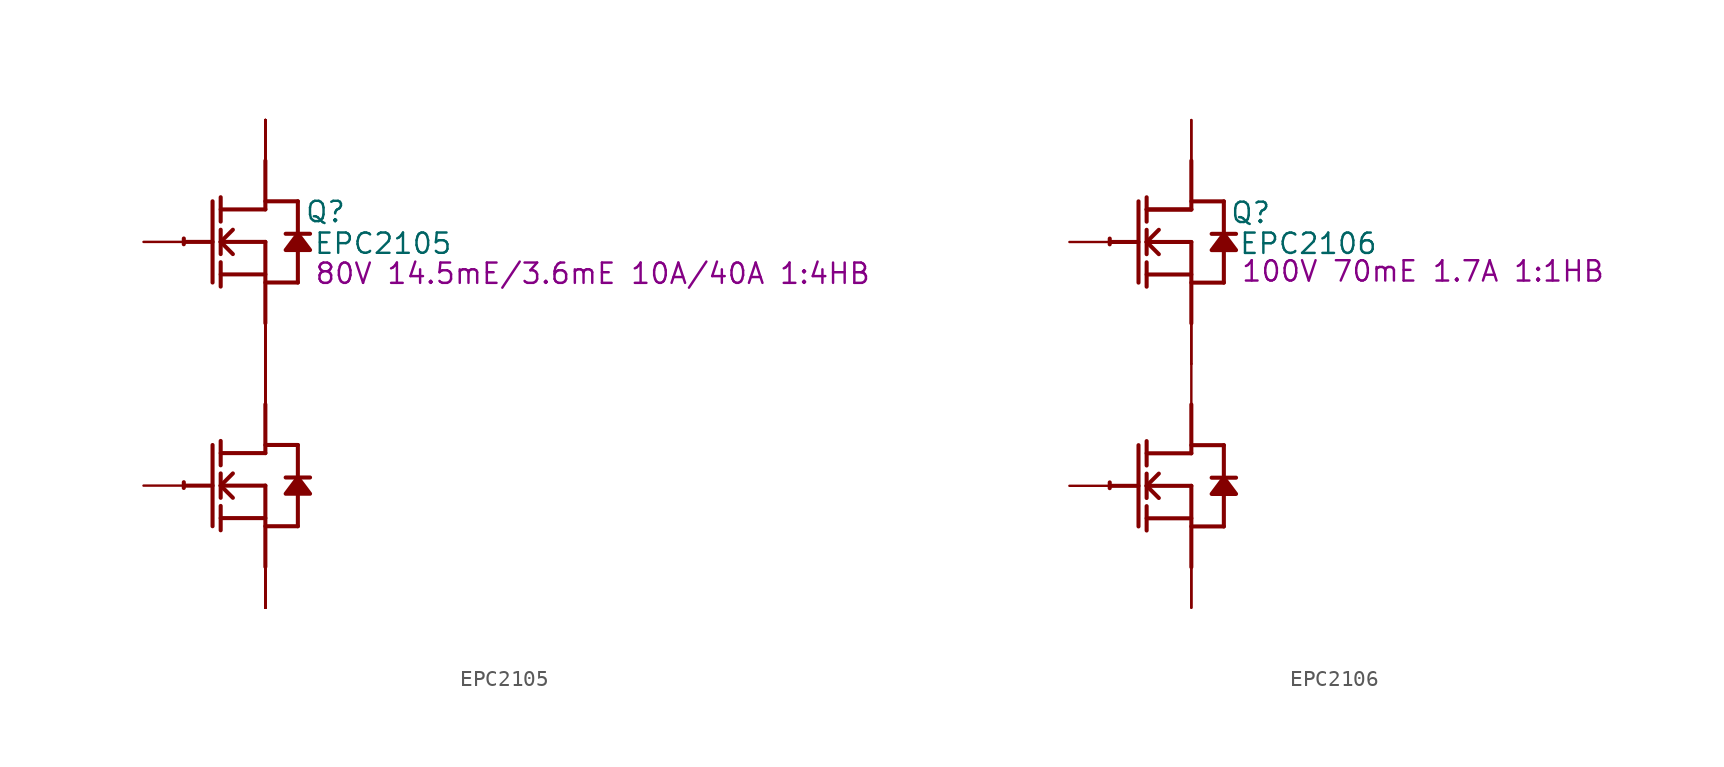
<source format=kicad_sym>
(kicad_symbol_lib
  (version 20231120)
  (generator "kicad_symbol_editor")
  (generator_version "8.0")
  (symbol "EPC2105"
    (property "Reference" "Q"
      (at 3.759 1.88 0)
      (effects (font (size 1.27 1.27))))
    (property "Value" "EPC2105"
      (at 7.366 -0.102 0)
      (effects (font (size 1.27 1.27))))
    (property "Description" "80V 14.5mE/3.6mE 10A/40A 1:4HB"
      (at 20.472 -1.981 0)
      (effects (font (size 1.27 1.27))))
    (symbol "EPC2105_1_0"
      (arc (start -5.0996 -15.0272) (mid -5.1039 -15.2069) (end -5.1019 -15.3867) (stroke (width 0.254) (type solid)) (fill (type none)))
      (arc (start -5.0996 0.2128) (mid -5.1039 0.0331) (end -5.1019 -0.1467) (stroke (width 0.254) (type solid)) (fill (type none)))
      (polyline (pts (xy -5.08 -15.24) (xy -3.302 -15.24)) (stroke (width 0.254) (type solid)) (fill (type none)))
      (polyline (pts (xy -5.08 0) (xy -3.302 0)) (stroke (width 0.254) (type solid)) (fill (type none)))
      (polyline (pts (xy -3.302 -12.7) (xy -3.302 -17.78)) (stroke (width 0.254) (type solid)) (fill (type none)))
      (polyline (pts (xy -3.302 2.54) (xy -3.302 -2.54)) (stroke (width 0.254) (type solid)) (fill (type none)))
      (polyline (pts (xy -2.794 -18.034) (xy -2.794 -16.51)) (stroke (width 0.254) (type solid)) (fill (type none)))
      (polyline (pts (xy -2.794 -17.272) (xy 0 -17.272)) (stroke (width 0.254) (type solid)) (fill (type none)))
      (polyline (pts (xy -2.794 -16.002) (xy -2.794 -14.478)) (stroke (width 0.254) (type solid)) (fill (type none)))
      (polyline (pts (xy -2.794 -15.24) (xy -2.032 -14.478)) (stroke (width 0.254) (type solid)) (fill (type none)))
      (polyline (pts (xy -2.794 -15.24) (xy 0 -15.24)) (stroke (width 0.254) (type solid)) (fill (type none)))
      (polyline (pts (xy -2.794 -13.97) (xy -2.794 -12.446)) (stroke (width 0.254) (type solid)) (fill (type none)))
      (polyline (pts (xy -2.794 -2.794) (xy -2.794 -1.27)) (stroke (width 0.254) (type solid)) (fill (type none)))
      (polyline (pts (xy -2.794 -2.032) (xy 0 -2.032)) (stroke (width 0.254) (type solid)) (fill (type none)))
      (polyline (pts (xy -2.794 -0.762) (xy -2.794 0.762)) (stroke (width 0.254) (type solid)) (fill (type none)))
      (polyline (pts (xy -2.794 0) (xy -2.032 0.762)) (stroke (width 0.254) (type solid)) (fill (type none)))
      (polyline (pts (xy -2.794 0) (xy 0 0)) (stroke (width 0.254) (type solid)) (fill (type none)))
      (polyline (pts (xy -2.794 1.27) (xy -2.794 2.794)) (stroke (width 0.254) (type solid)) (fill (type none)))
      (polyline (pts (xy -2.032 -16.002) (xy -2.794 -15.24)) (stroke (width 0.254) (type solid)) (fill (type none)))
      (polyline (pts (xy -2.032 -0.762) (xy -2.794 0)) (stroke (width 0.254) (type solid)) (fill (type none)))
      (polyline (pts (xy 0 -17.78) (xy 2.032 -17.78)) (stroke (width 0.254) (type solid)) (fill (type none)))
      (polyline (pts (xy 0 -15.24) (xy 0 -20.32)) (stroke (width 0.254) (type solid)) (fill (type none)))
      (polyline (pts (xy 0 -13.208) (xy -2.794 -13.208)) (stroke (width 0.254) (type solid)) (fill (type none)))
      (polyline (pts (xy 0 -13.208) (xy 0 -10.16)) (stroke (width 0.254) (type solid)) (fill (type none)))
      (polyline (pts (xy 0 -12.7) (xy 2.032 -12.7)) (stroke (width 0.254) (type solid)) (fill (type none)))
      (polyline (pts (xy 0 -2.54) (xy 2.032 -2.54)) (stroke (width 0.254) (type solid)) (fill (type none)))
      (polyline (pts (xy 0 0) (xy 0 -5.08)) (stroke (width 0.254) (type solid)) (fill (type none)))
      (polyline (pts (xy 0 2.032) (xy -2.794 2.032)) (stroke (width 0.254) (type solid)) (fill (type none)))
      (polyline (pts (xy 0 2.032) (xy 0 5.08)) (stroke (width 0.254) (type solid)) (fill (type none)))
      (polyline (pts (xy 0 2.54) (xy 2.032 2.54)) (stroke (width 0.254) (type solid)) (fill (type none)))
      (polyline (pts (xy 2.032 -15.748) (xy 2.032 -17.78)) (stroke (width 0.254) (type solid)) (fill (type none)))
      (polyline (pts (xy 2.032 -12.7) (xy 2.032 -14.732)) (stroke (width 0.254) (type solid)) (fill (type none)))
      (polyline (pts (xy 2.032 -0.508) (xy 2.032 -2.54)) (stroke (width 0.254) (type solid)) (fill (type none)))
      (polyline (pts (xy 2.032 2.54) (xy 2.032 0.508)) (stroke (width 0.254) (type solid)) (fill (type none)))
      (polyline (pts (xy 2.794 -14.732) (xy 1.27 -14.732)) (stroke (width 0.254) (type solid)) (fill (type none)))
      (polyline (pts (xy 2.794 0.508) (xy 1.27 0.508)) (stroke (width 0.254) (type solid)) (fill (type none)))
      (polyline (pts (xy 2.032 -14.732) (xy 1.27 -15.748) (xy 2.794 -15.748) (xy 2.032 -14.732)) (stroke (width 0.254) (type solid)) (fill (type outline)))
      (polyline (pts (xy 2.032 0.508) (xy 1.27 -0.508) (xy 2.794 -0.508) (xy 2.032 0.508)) (stroke (width 0.254) (type solid)) (fill (type outline)))
      (pin open_collector line (at 0 7.62 270) (length 2.54) (name "D1" (effects (font (size 0 0)))) (number "1" (effects (font (size 0 0)))))
      (pin open_collector line (at 0 -7.62 270) (length 2.54) (name "D2" (effects (font (size 0 0)))) (number "10" (effects (font (size 0 0)))))
      (pin open_collector line (at 0 7.62 270) (length 2.54) (name "D1" (effects (font (size 0 0)))) (number "11" (effects (font (size 0 0)))))
      (pin open_emitter line (at 0 -22.86 90) (length 2.54) (name "S2" (effects (font (size 0 0)))) (number "12" (effects (font (size 0 0)))))
      (pin open_emitter line (at 0 -22.86 90) (length 2.54) (name "S2" (effects (font (size 0 0)))) (number "13" (effects (font (size 0 0)))))
      (pin open_emitter line (at 0 -22.86 90) (length 2.54) (name "S2" (effects (font (size 0 0)))) (number "14" (effects (font (size 0 0)))))
      (pin open_emitter line (at 0 -22.86 90) (length 2.54) (name "S2" (effects (font (size 0 0)))) (number "15" (effects (font (size 0 0)))))
      (pin open_emitter line (at 0 -7.62 90) (length 2.54) (name "S1" (effects (font (size 0 0)))) (number "16" (effects (font (size 0 0)))))
      (pin open_collector line (at 0 -7.62 270) (length 2.54) (name "D2" (effects (font (size 0 0)))) (number "17" (effects (font (size 0 0)))))
      (pin open_collector line (at 0 -7.62 270) (length 2.54) (name "D2" (effects (font (size 0 0)))) (number "18" (effects (font (size 0 0)))))
      (pin open_collector line (at 0 -7.62 270) (length 2.54) (name "D2" (effects (font (size 0 0)))) (number "19" (effects (font (size 0 0)))))
      (pin passive line (at -7.62 0 0) (length 2.54) (name "G1" (effects (font (size 0 0)))) (number "2" (effects (font (size 0 0)))))
      (pin open_collector line (at 0 -7.62 270) (length 2.54) (name "D2" (effects (font (size 0 0)))) (number "20" (effects (font (size 0 0)))))
      (pin open_collector line (at 0 7.62 270) (length 2.54) (name "D1" (effects (font (size 0 0)))) (number "21" (effects (font (size 0 0)))))
      (pin open_emitter line (at 0 -22.86 90) (length 2.54) (name "S2" (effects (font (size 0 0)))) (number "22" (effects (font (size 0 0)))))
      (pin open_emitter line (at 0 -22.86 90) (length 2.54) (name "S2" (effects (font (size 0 0)))) (number "23" (effects (font (size 0 0)))))
      (pin open_emitter line (at 0 -22.86 90) (length 2.54) (name "S2" (effects (font (size 0 0)))) (number "24" (effects (font (size 0 0)))))
      (pin open_emitter line (at 0 -22.86 90) (length 2.54) (name "S2" (effects (font (size 0 0)))) (number "25" (effects (font (size 0 0)))))
      (pin open_emitter line (at 0 -7.62 90) (length 2.54) (name "S1" (effects (font (size 0 0)))) (number "26" (effects (font (size 0 0)))))
      (pin open_collector line (at 0 -7.62 270) (length 2.54) (name "D2" (effects (font (size 0 0)))) (number "27" (effects (font (size 0 0)))))
      (pin open_collector line (at 0 -7.62 270) (length 2.54) (name "D2" (effects (font (size 0 0)))) (number "28" (effects (font (size 0 0)))))
      (pin open_collector line (at 0 -7.62 270) (length 2.54) (name "D2" (effects (font (size 0 0)))) (number "29" (effects (font (size 0 0)))))
      (pin passive line (at 0 -7.62 90) (length 2.54) (name "SG1" (effects (font (size 0 0)))) (number "3" (effects (font (size 0 0)))))
      (pin open_collector line (at 0 -7.62 270) (length 2.54) (name "D2" (effects (font (size 0 0)))) (number "30" (effects (font (size 0 0)))))
      (pin open_collector line (at 0 7.62 270) (length 2.54) (name "D1" (effects (font (size 0 0)))) (number "31" (effects (font (size 0 0)))))
      (pin open_emitter line (at 0 -22.86 90) (length 2.54) (name "S2" (effects (font (size 0 0)))) (number "32" (effects (font (size 0 0)))))
      (pin open_emitter line (at 0 -22.86 90) (length 2.54) (name "S2" (effects (font (size 0 0)))) (number "33" (effects (font (size 0 0)))))
      (pin open_emitter line (at 0 -22.86 90) (length 2.54) (name "S2" (effects (font (size 0 0)))) (number "34" (effects (font (size 0 0)))))
      (pin open_emitter line (at 0 -22.86 90) (length 2.54) (name "S2" (effects (font (size 0 0)))) (number "35" (effects (font (size 0 0)))))
      (pin open_emitter line (at 0 -7.62 90) (length 2.54) (name "S1" (effects (font (size 0 0)))) (number "36" (effects (font (size 0 0)))))
      (pin open_collector line (at 0 -7.62 270) (length 2.54) (name "D2" (effects (font (size 0 0)))) (number "37" (effects (font (size 0 0)))))
      (pin open_collector line (at 0 -7.62 270) (length 2.54) (name "D2" (effects (font (size 0 0)))) (number "38" (effects (font (size 0 0)))))
      (pin open_collector line (at 0 -7.62 270) (length 2.54) (name "D2" (effects (font (size 0 0)))) (number "39" (effects (font (size 0 0)))))
      (pin passive line (at -7.62 -15.24 0) (length 2.54) (name "G2" (effects (font (size 0 0)))) (number "4" (effects (font (size 0 0)))))
      (pin open_collector line (at 0 -7.62 270) (length 2.54) (name "D2" (effects (font (size 0 0)))) (number "40" (effects (font (size 0 0)))))
      (pin open_collector line (at 0 7.62 270) (length 2.54) (name "D1" (effects (font (size 0 0)))) (number "41" (effects (font (size 0 0)))))
      (pin open_emitter line (at 0 -22.86 90) (length 2.54) (name "S2" (effects (font (size 0 0)))) (number "42" (effects (font (size 0 0)))))
      (pin open_emitter line (at 0 -22.86 90) (length 2.54) (name "S2" (effects (font (size 0 0)))) (number "43" (effects (font (size 0 0)))))
      (pin open_emitter line (at 0 -22.86 90) (length 2.54) (name "S2" (effects (font (size 0 0)))) (number "44" (effects (font (size 0 0)))))
      (pin open_emitter line (at 0 -22.86 90) (length 2.54) (name "S2" (effects (font (size 0 0)))) (number "45" (effects (font (size 0 0)))))
      (pin open_emitter line (at 0 -7.62 90) (length 2.54) (name "S1" (effects (font (size 0 0)))) (number "46" (effects (font (size 0 0)))))
      (pin open_collector line (at 0 -7.62 270) (length 2.54) (name "D2" (effects (font (size 0 0)))) (number "47" (effects (font (size 0 0)))))
      (pin open_collector line (at 0 -7.62 270) (length 2.54) (name "D2" (effects (font (size 0 0)))) (number "48" (effects (font (size 0 0)))))
      (pin open_collector line (at 0 -7.62 270) (length 2.54) (name "D2" (effects (font (size 0 0)))) (number "49" (effects (font (size 0 0)))))
      (pin open_emitter line (at 0 -22.86 90) (length 2.54) (name "S2" (effects (font (size 0 0)))) (number "5" (effects (font (size 0 0)))))
      (pin open_collector line (at 0 -7.62 270) (length 2.54) (name "D2" (effects (font (size 0 0)))) (number "50" (effects (font (size 0 0)))))
      (pin open_collector line (at 0 7.62 270) (length 2.54) (name "D1" (effects (font (size 0 0)))) (number "51" (effects (font (size 0 0)))))
      (pin open_emitter line (at 0 -22.86 90) (length 2.54) (name "S2" (effects (font (size 0 0)))) (number "52" (effects (font (size 0 0)))))
      (pin open_emitter line (at 0 -22.86 90) (length 2.54) (name "S2" (effects (font (size 0 0)))) (number "53" (effects (font (size 0 0)))))
      (pin open_emitter line (at 0 -22.86 90) (length 2.54) (name "S2" (effects (font (size 0 0)))) (number "54" (effects (font (size 0 0)))))
      (pin open_emitter line (at 0 -22.86 90) (length 2.54) (name "S2" (effects (font (size 0 0)))) (number "55" (effects (font (size 0 0)))))
      (pin open_emitter line (at 0 -7.62 90) (length 2.54) (name "S1" (effects (font (size 0 0)))) (number "56" (effects (font (size 0 0)))))
      (pin open_collector line (at 0 -7.62 270) (length 2.54) (name "D2" (effects (font (size 0 0)))) (number "57" (effects (font (size 0 0)))))
      (pin open_collector line (at 0 -7.62 270) (length 2.54) (name "D2" (effects (font (size 0 0)))) (number "58" (effects (font (size 0 0)))))
      (pin open_collector line (at 0 -7.62 270) (length 2.54) (name "D2" (effects (font (size 0 0)))) (number "59" (effects (font (size 0 0)))))
      (pin open_emitter line (at 0 -7.62 90) (length 2.54) (name "S1" (effects (font (size 0 0)))) (number "6" (effects (font (size 0 0)))))
      (pin open_collector line (at 0 -7.62 270) (length 2.54) (name "D2" (effects (font (size 0 0)))) (number "60" (effects (font (size 0 0)))))
      (pin open_collector line (at 0 7.62 270) (length 2.54) (name "D1" (effects (font (size 0 0)))) (number "61" (effects (font (size 0 0)))))
      (pin open_emitter line (at 0 -22.86 90) (length 2.54) (name "S2" (effects (font (size 0 0)))) (number "62" (effects (font (size 0 0)))))
      (pin open_emitter line (at 0 -22.86 90) (length 2.54) (name "S2" (effects (font (size 0 0)))) (number "63" (effects (font (size 0 0)))))
      (pin open_emitter line (at 0 -22.86 90) (length 2.54) (name "S2" (effects (font (size 0 0)))) (number "64" (effects (font (size 0 0)))))
      (pin open_emitter line (at 0 -22.86 90) (length 2.54) (name "S2" (effects (font (size 0 0)))) (number "65" (effects (font (size 0 0)))))
      (pin open_emitter line (at 0 -7.62 90) (length 2.54) (name "S1" (effects (font (size 0 0)))) (number "66" (effects (font (size 0 0)))))
      (pin open_collector line (at 0 -7.62 270) (length 2.54) (name "D2" (effects (font (size 0 0)))) (number "67" (effects (font (size 0 0)))))
      (pin open_collector line (at 0 -7.62 270) (length 2.54) (name "D2" (effects (font (size 0 0)))) (number "68" (effects (font (size 0 0)))))
      (pin open_collector line (at 0 -7.62 270) (length 2.54) (name "D2" (effects (font (size 0 0)))) (number "69" (effects (font (size 0 0)))))
      (pin open_collector line (at 0 -7.62 270) (length 2.54) (name "D2" (effects (font (size 0 0)))) (number "7" (effects (font (size 0 0)))))
      (pin open_collector line (at 0 -7.62 270) (length 2.54) (name "D2" (effects (font (size 0 0)))) (number "70" (effects (font (size 0 0)))))
      (pin open_collector line (at 0 7.62 270) (length 2.54) (name "D1" (effects (font (size 0 0)))) (number "71" (effects (font (size 0 0)))))
      (pin open_emitter line (at 0 -22.86 90) (length 2.54) (name "S2" (effects (font (size 0 0)))) (number "72" (effects (font (size 0 0)))))
      (pin open_emitter line (at 0 -22.86 90) (length 2.54) (name "S2" (effects (font (size 0 0)))) (number "73" (effects (font (size 0 0)))))
      (pin open_emitter line (at 0 -22.86 90) (length 2.54) (name "S2" (effects (font (size 0 0)))) (number "74" (effects (font (size 0 0)))))
      (pin open_emitter line (at 0 -22.86 90) (length 2.54) (name "S2" (effects (font (size 0 0)))) (number "75" (effects (font (size 0 0)))))
      (pin open_collector line (at 0 -7.62 270) (length 2.54) (name "D2" (effects (font (size 0 0)))) (number "8" (effects (font (size 0 0)))))
      (pin open_collector line (at 0 -7.62 270) (length 2.54) (name "D2" (effects (font (size 0 0)))) (number "9" (effects (font (size 0 0)))))))
  (symbol "EPC2106"
    (property "Reference" "Q"
      (at 3.708 1.829 0)
      (effects (font (size 1.27 1.27))))
    (property "Value" "EPC2106"
      (at 7.315 -0.102 0)
      (effects (font (size 1.27 1.27))))
    (property "Description" "100V 70mE 1.7A 1:1HB"
      (at 14.478 -1.829 0)
      (effects (font (size 1.27 1.27))))
    (symbol "EPC2106_1_0"
      (arc (start -5.0996 -15.0272) (mid -5.1039 -15.2069) (end -5.1019 -15.3867) (stroke (width 0.254) (type solid)) (fill (type none)))
      (arc (start -5.0996 0.2128) (mid -5.1039 0.0331) (end -5.1019 -0.1467) (stroke (width 0.254) (type solid)) (fill (type none)))
      (polyline (pts (xy -5.08 -15.24) (xy -3.302 -15.24)) (stroke (width 0.254) (type solid)) (fill (type none)))
      (polyline (pts (xy -5.08 0) (xy -3.302 0)) (stroke (width 0.254) (type solid)) (fill (type none)))
      (polyline (pts (xy -3.302 -12.7) (xy -3.302 -17.78)) (stroke (width 0.254) (type solid)) (fill (type none)))
      (polyline (pts (xy -3.302 2.54) (xy -3.302 -2.54)) (stroke (width 0.254) (type solid)) (fill (type none)))
      (polyline (pts (xy -2.794 -18.034) (xy -2.794 -16.51)) (stroke (width 0.254) (type solid)) (fill (type none)))
      (polyline (pts (xy -2.794 -17.272) (xy 0 -17.272)) (stroke (width 0.254) (type solid)) (fill (type none)))
      (polyline (pts (xy -2.794 -16.002) (xy -2.794 -14.478)) (stroke (width 0.254) (type solid)) (fill (type none)))
      (polyline (pts (xy -2.794 -15.24) (xy -2.032 -14.478)) (stroke (width 0.254) (type solid)) (fill (type none)))
      (polyline (pts (xy -2.794 -15.24) (xy 0 -15.24)) (stroke (width 0.254) (type solid)) (fill (type none)))
      (polyline (pts (xy -2.794 -13.97) (xy -2.794 -12.446)) (stroke (width 0.254) (type solid)) (fill (type none)))
      (polyline (pts (xy -2.794 -2.794) (xy -2.794 -1.27)) (stroke (width 0.254) (type solid)) (fill (type none)))
      (polyline (pts (xy -2.794 -2.032) (xy 0 -2.032)) (stroke (width 0.254) (type solid)) (fill (type none)))
      (polyline (pts (xy -2.794 -0.762) (xy -2.794 0.762)) (stroke (width 0.254) (type solid)) (fill (type none)))
      (polyline (pts (xy -2.794 0) (xy -2.032 0.762)) (stroke (width 0.254) (type solid)) (fill (type none)))
      (polyline (pts (xy -2.794 0) (xy 0 0)) (stroke (width 0.254) (type solid)) (fill (type none)))
      (polyline (pts (xy -2.794 1.27) (xy -2.794 2.794)) (stroke (width 0.254) (type solid)) (fill (type none)))
      (polyline (pts (xy -2.032 -16.002) (xy -2.794 -15.24)) (stroke (width 0.254) (type solid)) (fill (type none)))
      (polyline (pts (xy -2.032 -0.762) (xy -2.794 0)) (stroke (width 0.254) (type solid)) (fill (type none)))
      (polyline (pts (xy 0 -17.78) (xy 2.032 -17.78)) (stroke (width 0.254) (type solid)) (fill (type none)))
      (polyline (pts (xy 0 -15.24) (xy 0 -20.32)) (stroke (width 0.254) (type solid)) (fill (type none)))
      (polyline (pts (xy 0 -13.208) (xy -2.794 -13.208)) (stroke (width 0.254) (type solid)) (fill (type none)))
      (polyline (pts (xy 0 -13.208) (xy 0 -10.16)) (stroke (width 0.254) (type solid)) (fill (type none)))
      (polyline (pts (xy 0 -12.7) (xy 2.032 -12.7)) (stroke (width 0.254) (type solid)) (fill (type none)))
      (polyline (pts (xy 0 -2.54) (xy 2.032 -2.54)) (stroke (width 0.254) (type solid)) (fill (type none)))
      (polyline (pts (xy 0 0) (xy 0 -5.08)) (stroke (width 0.254) (type solid)) (fill (type none)))
      (polyline (pts (xy 0 2.032) (xy -2.794 2.032)) (stroke (width 0.254) (type solid)) (fill (type none)))
      (polyline (pts (xy 0 2.032) (xy -2.794 2.032)) (stroke (width 0.254) (type solid)) (fill (type none)))
      (polyline (pts (xy 0 2.032) (xy 0 5.08)) (stroke (width 0.254) (type solid)) (fill (type none)))
      (polyline (pts (xy 0 2.54) (xy 2.032 2.54)) (stroke (width 0.254) (type solid)) (fill (type none)))
      (polyline (pts (xy 2.032 -15.748) (xy 2.032 -17.78)) (stroke (width 0.254) (type solid)) (fill (type none)))
      (polyline (pts (xy 2.032 -12.7) (xy 2.032 -14.732)) (stroke (width 0.254) (type solid)) (fill (type none)))
      (polyline (pts (xy 2.032 -0.508) (xy 2.032 -2.54)) (stroke (width 0.254) (type solid)) (fill (type none)))
      (polyline (pts (xy 2.032 2.54) (xy 2.032 0.508)) (stroke (width 0.254) (type solid)) (fill (type none)))
      (polyline (pts (xy 2.794 -14.732) (xy 1.27 -14.732)) (stroke (width 0.254) (type solid)) (fill (type none)))
      (polyline (pts (xy 2.794 0.508) (xy 1.27 0.508)) (stroke (width 0.254) (type solid)) (fill (type none)))
      (polyline (pts (xy 2.032 -14.732) (xy 1.27 -15.748) (xy 2.794 -15.748) (xy 2.032 -14.732)) (stroke (width 0.254) (type solid)) (fill (type outline)))
      (polyline (pts (xy 2.032 0.508) (xy 1.27 -0.508) (xy 2.794 -0.508) (xy 2.032 0.508)) (stroke (width 0.254) (type solid)) (fill (type outline)))
      (pin passive line (at -7.62 0 0) (length 2.54) (name "G1" (effects (font (size 0 0)))) (number "1" (effects (font (size 0 0)))))
      (pin open_emitter line (at 0 -7.62 90) (length 2.54) (name "S1" (effects (font (size 0 0)))) (number "2" (effects (font (size 0 0)))))
      (pin passive line (at -7.62 -15.24 0) (length 2.54) (name "G2" (effects (font (size 0 0)))) (number "3" (effects (font (size 0 0)))))
      (pin open_collector line (at 0 7.62 270) (length 2.54) (name "D1" (effects (font (size 0 0)))) (number "4" (effects (font (size 0 0)))))
      (pin open_emitter line (at 0 -7.62 90) (length 2.54) (name "S1" (effects (font (size 0 0)))) (number "5" (effects (font (size 0 0)))))
      (pin open_emitter line (at 0 -22.86 90) (length 2.54) (name "S2" (effects (font (size 0 0)))) (number "6" (effects (font (size 0 0)))))
      (pin open_collector line (at 0 7.62 270) (length 2.54) (name "D1" (effects (font (size 0 0)))) (number "7" (effects (font (size 0 0)))))
      (pin open_collector line (at 0 -7.62 270) (length 2.54) (name "D2" (effects (font (size 0 0)))) (number "8" (effects (font (size 0 0)))))
      (pin open_emitter line (at 0 -22.86 90) (length 2.54) (name "S2" (effects (font (size 0 0)))) (number "9" (effects (font (size 0 0))))))))
</source>
